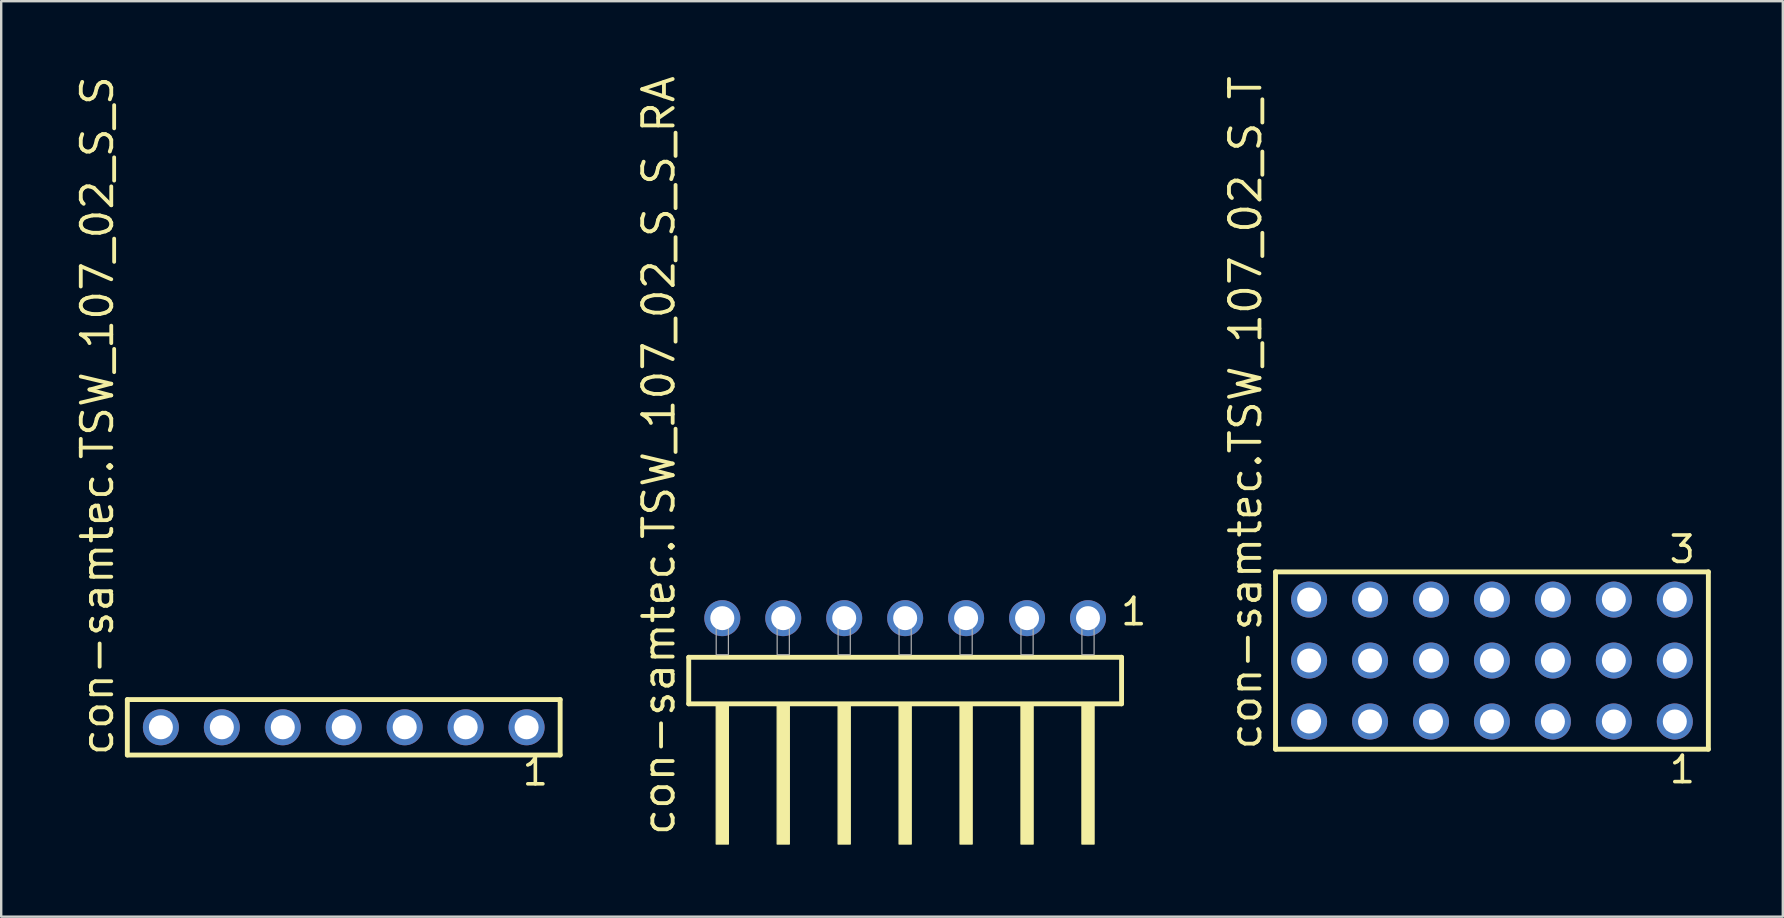
<source format=kicad_pcb>
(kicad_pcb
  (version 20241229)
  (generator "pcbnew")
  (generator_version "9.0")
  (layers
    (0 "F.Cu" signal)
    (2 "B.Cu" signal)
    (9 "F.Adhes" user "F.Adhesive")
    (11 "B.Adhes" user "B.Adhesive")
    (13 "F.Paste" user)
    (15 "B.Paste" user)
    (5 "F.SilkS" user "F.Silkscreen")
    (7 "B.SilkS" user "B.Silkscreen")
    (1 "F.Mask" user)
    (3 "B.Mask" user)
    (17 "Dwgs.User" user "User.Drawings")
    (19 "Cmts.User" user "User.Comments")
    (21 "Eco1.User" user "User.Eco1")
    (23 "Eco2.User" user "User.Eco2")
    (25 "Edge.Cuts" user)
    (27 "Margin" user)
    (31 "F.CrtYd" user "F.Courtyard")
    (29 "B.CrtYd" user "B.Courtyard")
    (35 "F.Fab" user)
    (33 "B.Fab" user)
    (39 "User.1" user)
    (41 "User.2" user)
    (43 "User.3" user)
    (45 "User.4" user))
  (footprint "con-samtec.TSW_107_02_S_T"
    (layer "F.Cu")
    (at 59.125 24.477)
    (property "Reference" "con-samtec.TSW_107_02_S_T" (at -9.525 3.81 90) (layer "F.SilkS") (effects (font (size 1.27 1.27) (thickness 0.16)) (justify left bottom)))
    (attr through_hole)
    (fp_line (start -9.019 -3.695) (end 9.019 -3.695) (stroke (width 0.203) (type default)) (layer "F.SilkS"))
    (fp_line (start -9.019 3.695) (end -9.019 -3.695) (stroke (width 0.203) (type default)) (layer "F.SilkS"))
    (fp_line (start 9.019 -3.695) (end 9.019 3.695) (stroke (width 0.203) (type default)) (layer "F.SilkS"))
    (fp_line (start 9.019 3.695) (end -9.019 3.695) (stroke (width 0.203) (type default)) (layer "F.SilkS"))
    (fp_rect (start -7.97 -2.19) (end -7.27 -2.89) (stroke (width 0.05) (type default)) (fill no) (layer "F.Fab"))
    (fp_rect (start -7.97 0.35) (end -7.27 -0.35) (stroke (width 0.05) (type default)) (fill no) (layer "F.Fab"))
    (fp_rect (start -7.97 2.89) (end -7.27 2.19) (stroke (width 0.05) (type default)) (fill no) (layer "F.Fab"))
    (fp_rect (start -5.43 -2.19) (end -4.73 -2.89) (stroke (width 0.05) (type default)) (fill no) (layer "F.Fab"))
    (fp_rect (start -5.43 0.35) (end -4.73 -0.35) (stroke (width 0.05) (type default)) (fill no) (layer "F.Fab"))
    (fp_rect (start -5.43 2.89) (end -4.73 2.19) (stroke (width 0.05) (type default)) (fill no) (layer "F.Fab"))
    (fp_rect (start -2.89 -2.19) (end -2.19 -2.89) (stroke (width 0.05) (type default)) (fill no) (layer "F.Fab"))
    (fp_rect (start -2.89 0.35) (end -2.19 -0.35) (stroke (width 0.05) (type default)) (fill no) (layer "F.Fab"))
    (fp_rect (start -2.89 2.89) (end -2.19 2.19) (stroke (width 0.05) (type default)) (fill no) (layer "F.Fab"))
    (fp_rect (start -0.35 -2.19) (end 0.35 -2.89) (stroke (width 0.05) (type default)) (fill no) (layer "F.Fab"))
    (fp_rect (start -0.35 0.35) (end 0.35 -0.35) (stroke (width 0.05) (type default)) (fill no) (layer "F.Fab"))
    (fp_rect (start -0.35 2.89) (end 0.35 2.19) (stroke (width 0.05) (type default)) (fill no) (layer "F.Fab"))
    (fp_rect (start 2.19 -2.19) (end 2.89 -2.89) (stroke (width 0.05) (type default)) (fill no) (layer "F.Fab"))
    (fp_rect (start 2.19 0.35) (end 2.89 -0.35) (stroke (width 0.05) (type default)) (fill no) (layer "F.Fab"))
    (fp_rect (start 2.19 2.89) (end 2.89 2.19) (stroke (width 0.05) (type default)) (fill no) (layer "F.Fab"))
    (fp_rect (start 4.73 -2.19) (end 5.43 -2.89) (stroke (width 0.05) (type default)) (fill no) (layer "F.Fab"))
    (fp_rect (start 4.73 0.35) (end 5.43 -0.35) (stroke (width 0.05) (type default)) (fill no) (layer "F.Fab"))
    (fp_rect (start 4.73 2.89) (end 5.43 2.19) (stroke (width 0.05) (type default)) (fill no) (layer "F.Fab"))
    (fp_rect (start 7.27 -2.19) (end 7.97 -2.89) (stroke (width 0.05) (type default)) (fill no) (layer "F.Fab"))
    (fp_rect (start 7.27 0.35) (end 7.97 -0.35) (stroke (width 0.05) (type default)) (fill no) (layer "F.Fab"))
    (fp_rect (start 7.27 2.89) (end 7.97 2.19) (stroke (width 0.05) (type default)) (fill no) (layer "F.Fab"))
    (fp_text user "1" (at 7.312 5.188 0) (layer "F.SilkS") (effects (font (size 1.1 1.1) (thickness 0.15)) (justify left bottom)))
    (fp_text user "3" (at 7.308 -3.989 0) (layer "F.SilkS") (effects (font (size 1.1 1.1) (thickness 0.15)) (justify left bottom)))
    (pad "1" thru_hole circle (at 7.62 2.54 180) (size 1.5 1.5) (drill 1) (layers "*.Cu" "*.Mask"))
    (pad "2" thru_hole circle (at 7.62 0 180) (size 1.5 1.5) (drill 1) (layers "*.Cu" "*.Mask"))
    (pad "3" thru_hole circle (at 7.62 -2.54 180) (size 1.5 1.5) (drill 1) (layers "*.Cu" "*.Mask"))
    (pad "4" thru_hole circle (at 5.08 2.54 180) (size 1.5 1.5) (drill 1) (layers "*.Cu" "*.Mask"))
    (pad "5" thru_hole circle (at 5.08 0 180) (size 1.5 1.5) (drill 1) (layers "*.Cu" "*.Mask"))
    (pad "6" thru_hole circle (at 5.08 -2.54 180) (size 1.5 1.5) (drill 1) (layers "*.Cu" "*.Mask"))
    (pad "7" thru_hole circle (at 2.54 2.54 180) (size 1.5 1.5) (drill 1) (layers "*.Cu" "*.Mask"))
    (pad "8" thru_hole circle (at 2.54 0 180) (size 1.5 1.5) (drill 1) (layers "*.Cu" "*.Mask"))
    (pad "9" thru_hole circle (at 2.54 -2.54 180) (size 1.5 1.5) (drill 1) (layers "*.Cu" "*.Mask"))
    (pad "10" thru_hole circle (at 0 2.54 180) (size 1.5 1.5) (drill 1) (layers "*.Cu" "*.Mask"))
    (pad "11" thru_hole circle (at 0 0 180) (size 1.5 1.5) (drill 1) (layers "*.Cu" "*.Mask"))
    (pad "12" thru_hole circle (at 0 -2.54 180) (size 1.5 1.5) (drill 1) (layers "*.Cu" "*.Mask"))
    (pad "13" thru_hole circle (at -2.54 2.54 180) (size 1.5 1.5) (drill 1) (layers "*.Cu" "*.Mask"))
    (pad "14" thru_hole circle (at -2.54 0 180) (size 1.5 1.5) (drill 1) (layers "*.Cu" "*.Mask"))
    (pad "15" thru_hole circle (at -2.54 -2.54 180) (size 1.5 1.5) (drill 1) (layers "*.Cu" "*.Mask"))
    (pad "16" thru_hole circle (at -5.08 2.54 180) (size 1.5 1.5) (drill 1) (layers "*.Cu" "*.Mask"))
    (pad "17" thru_hole circle (at -5.08 0 180) (size 1.5 1.5) (drill 1) (layers "*.Cu" "*.Mask"))
    (pad "18" thru_hole circle (at -5.08 -2.54 180) (size 1.5 1.5) (drill 1) (layers "*.Cu" "*.Mask"))
    (pad "19" thru_hole circle (at -7.62 2.54 180) (size 1.5 1.5) (drill 1) (layers "*.Cu" "*.Mask"))
    (pad "20" thru_hole circle (at -7.62 0 180) (size 1.5 1.5) (drill 1) (layers "*.Cu" "*.Mask"))
    (pad "21" thru_hole circle (at -7.62 -2.54 180) (size 1.5 1.5) (drill 1) (layers "*.Cu" "*.Mask")))
  (footprint "con-samtec.TSW_107_02_S_S_RA"
    (layer "F.Cu")
    (at 34.671 24.235)
    (property "Reference" "con-samtec.TSW_107_02_S_S_RA" (at -9.525 7.62 90) (layer "F.SilkS") (effects (font (size 1.27 1.27) (thickness 0.16)) (justify left bottom)))
    (attr through_hole)
    (fp_line (start -9.019 0.106) (end -9.019 2.046) (stroke (width 0.203) (type default)) (layer "F.SilkS"))
    (fp_line (start -9.019 2.046) (end 9.019 2.046) (stroke (width 0.203) (type default)) (layer "F.SilkS"))
    (fp_line (start 9.019 0.106) (end -9.019 0.106) (stroke (width 0.203) (type default)) (layer "F.SilkS"))
    (fp_line (start 9.019 2.046) (end 9.019 0.106) (stroke (width 0.203) (type default)) (layer "F.SilkS"))
    (fp_rect (start -7.874 7.89) (end -7.366 2.04) (stroke (width 0.05) (type default)) (fill yes) (layer "F.SilkS"))
    (fp_rect (start -5.334 7.89) (end -4.826 2.04) (stroke (width 0.05) (type default)) (fill yes) (layer "F.SilkS"))
    (fp_rect (start -2.794 7.89) (end -2.286 2.04) (stroke (width 0.05) (type default)) (fill yes) (layer "F.SilkS"))
    (fp_rect (start -0.254 7.89) (end 0.254 2.04) (stroke (width 0.05) (type default)) (fill yes) (layer "F.SilkS"))
    (fp_rect (start 2.286 7.89) (end 2.794 2.04) (stroke (width 0.05) (type default)) (fill yes) (layer "F.SilkS"))
    (fp_rect (start 4.826 7.89) (end 5.334 2.04) (stroke (width 0.05) (type default)) (fill yes) (layer "F.SilkS"))
    (fp_rect (start 7.366 7.89) (end 7.874 2.04) (stroke (width 0.05) (type default)) (fill yes) (layer "F.SilkS"))
    (fp_rect (start -7.874 0) (end -7.366 -1.778) (stroke (width 0.05) (type default)) (fill no) (layer "F.Fab"))
    (fp_rect (start -5.334 0) (end -4.826 -1.778) (stroke (width 0.05) (type default)) (fill no) (layer "F.Fab"))
    (fp_rect (start -2.794 0) (end -2.286 -1.778) (stroke (width 0.05) (type default)) (fill no) (layer "F.Fab"))
    (fp_rect (start -0.254 0) (end 0.254 -1.778) (stroke (width 0.05) (type default)) (fill no) (layer "F.Fab"))
    (fp_rect (start 2.286 0) (end 2.794 -1.778) (stroke (width 0.05) (type default)) (fill no) (layer "F.Fab"))
    (fp_rect (start 4.826 0) (end 5.334 -1.778) (stroke (width 0.05) (type default)) (fill no) (layer "F.Fab"))
    (fp_rect (start 7.366 0) (end 7.874 -1.778) (stroke (width 0.05) (type default)) (fill no) (layer "F.Fab"))
    (fp_text user "1" (at 8.902 -1.152 0) (layer "F.SilkS") (effects (font (size 1.1 1.1) (thickness 0.15)) (justify left bottom)))
    (pad "1" thru_hole circle (at 7.62 -1.524 180) (size 1.5 1.5) (drill 1) (layers "*.Cu" "*.Mask"))
    (pad "2" thru_hole circle (at 5.08 -1.524 180) (size 1.5 1.5) (drill 1) (layers "*.Cu" "*.Mask"))
    (pad "3" thru_hole circle (at 2.54 -1.524 180) (size 1.5 1.5) (drill 1) (layers "*.Cu" "*.Mask"))
    (pad "4" thru_hole circle (at 0 -1.524 180) (size 1.5 1.5) (drill 1) (layers "*.Cu" "*.Mask"))
    (pad "5" thru_hole circle (at -2.54 -1.524 180) (size 1.5 1.5) (drill 1) (layers "*.Cu" "*.Mask"))
    (pad "6" thru_hole circle (at -5.08 -1.524 180) (size 1.5 1.5) (drill 1) (layers "*.Cu" "*.Mask"))
    (pad "7" thru_hole circle (at -7.62 -1.524 180) (size 1.5 1.5) (drill 1) (layers "*.Cu" "*.Mask")))
  (footprint "con-samtec.TSW_107_02_S_S"
    (layer "F.Cu")
    (at 11.275 27.259)
    (property "Reference" "con-samtec.TSW_107_02_S_S" (at -9.525 1.27 90) (layer "F.SilkS") (effects (font (size 1.27 1.27) (thickness 0.16)) (justify left bottom)))
    (attr through_hole)
    (fp_line (start -9.019 -1.155) (end 9.019 -1.155) (stroke (width 0.203) (type default)) (layer "F.SilkS"))
    (fp_line (start -9.019 1.155) (end -9.019 -1.155) (stroke (width 0.203) (type default)) (layer "F.SilkS"))
    (fp_line (start 9.019 -1.155) (end 9.019 1.155) (stroke (width 0.203) (type default)) (layer "F.SilkS"))
    (fp_line (start 9.019 1.155) (end -9.019 1.155) (stroke (width 0.203) (type default)) (layer "F.SilkS"))
    (fp_rect (start -7.97 0.35) (end -7.27 -0.35) (stroke (width 0.05) (type default)) (fill no) (layer "F.Fab"))
    (fp_rect (start -5.43 0.35) (end -4.73 -0.35) (stroke (width 0.05) (type default)) (fill no) (layer "F.Fab"))
    (fp_rect (start -2.89 0.35) (end -2.19 -0.35) (stroke (width 0.05) (type default)) (fill no) (layer "F.Fab"))
    (fp_rect (start -0.35 0.35) (end 0.35 -0.35) (stroke (width 0.05) (type default)) (fill no) (layer "F.Fab"))
    (fp_rect (start 2.19 0.35) (end 2.89 -0.35) (stroke (width 0.05) (type default)) (fill no) (layer "F.Fab"))
    (fp_rect (start 4.73 0.35) (end 5.43 -0.35) (stroke (width 0.05) (type default)) (fill no) (layer "F.Fab"))
    (fp_rect (start 7.27 0.35) (end 7.97 -0.35) (stroke (width 0.05) (type default)) (fill no) (layer "F.Fab"))
    (fp_text user "1" (at 7.362 2.498 0) (layer "F.SilkS") (effects (font (size 1.1 1.1) (thickness 0.15)) (justify left bottom)))
    (pad "1" thru_hole circle (at 7.62 0 180) (size 1.5 1.5) (drill 1) (layers "*.Cu" "*.Mask"))
    (pad "2" thru_hole circle (at 5.08 0 180) (size 1.5 1.5) (drill 1) (layers "*.Cu" "*.Mask"))
    (pad "3" thru_hole circle (at 2.54 0 180) (size 1.5 1.5) (drill 1) (layers "*.Cu" "*.Mask"))
    (pad "4" thru_hole circle (at 0 0 180) (size 1.5 1.5) (drill 1) (layers "*.Cu" "*.Mask"))
    (pad "5" thru_hole circle (at -2.54 0 180) (size 1.5 1.5) (drill 1) (layers "*.Cu" "*.Mask"))
    (pad "6" thru_hole circle (at -5.08 0 180) (size 1.5 1.5) (drill 1) (layers "*.Cu" "*.Mask"))
    (pad "7" thru_hole circle (at -7.62 0 180) (size 1.5 1.5) (drill 1) (layers "*.Cu" "*.Mask")))
  (gr_rect
    (start -3 -3)
    (end 71.246 35.15)
    (stroke (width 0.1) (type default))
    (fill no)
    (layer "Edge.Cuts")))
</source>
